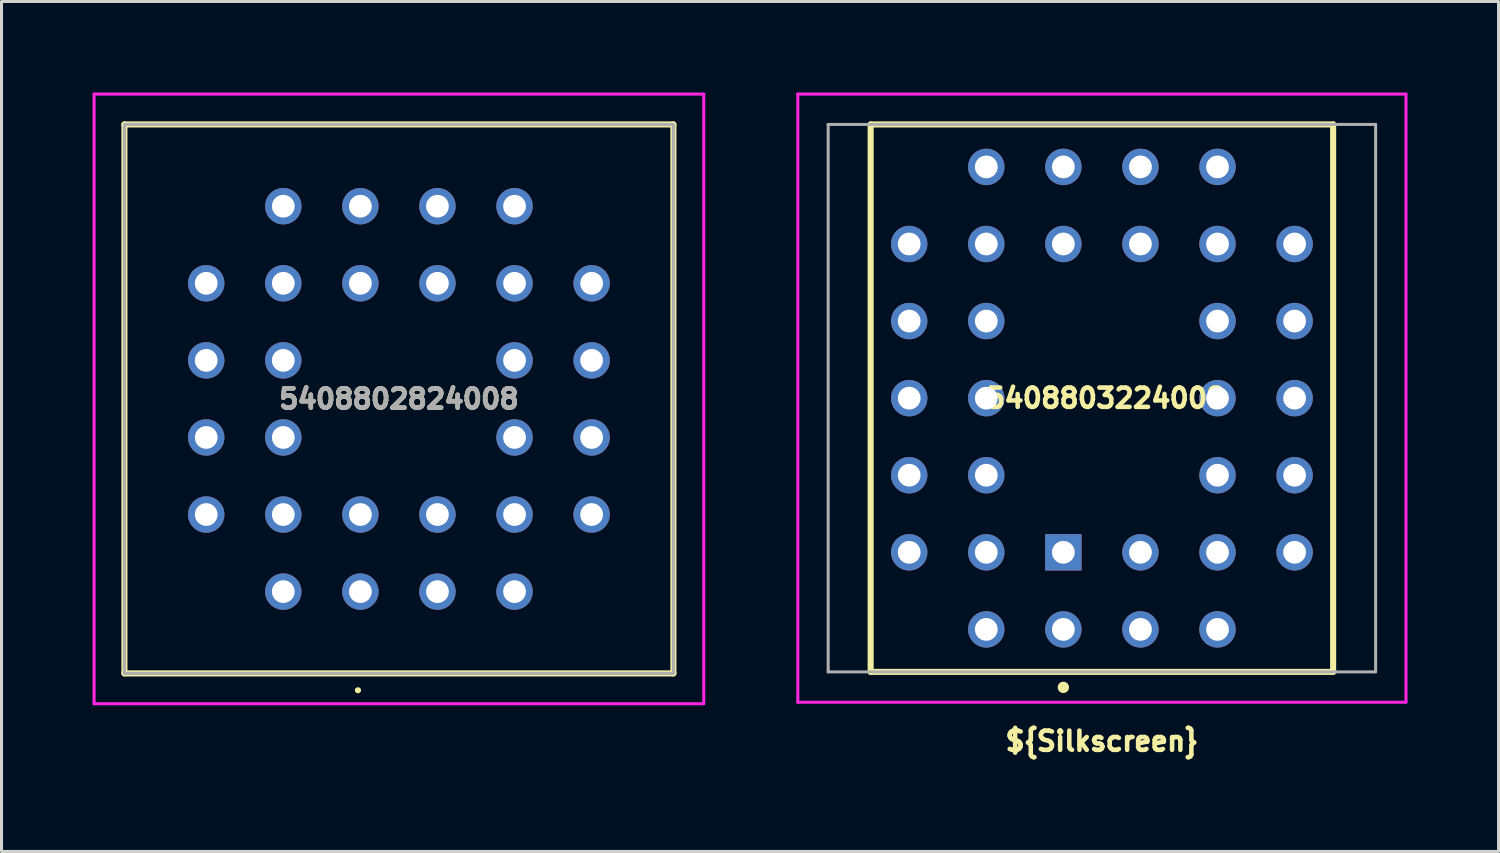
<source format=kicad_pcb>
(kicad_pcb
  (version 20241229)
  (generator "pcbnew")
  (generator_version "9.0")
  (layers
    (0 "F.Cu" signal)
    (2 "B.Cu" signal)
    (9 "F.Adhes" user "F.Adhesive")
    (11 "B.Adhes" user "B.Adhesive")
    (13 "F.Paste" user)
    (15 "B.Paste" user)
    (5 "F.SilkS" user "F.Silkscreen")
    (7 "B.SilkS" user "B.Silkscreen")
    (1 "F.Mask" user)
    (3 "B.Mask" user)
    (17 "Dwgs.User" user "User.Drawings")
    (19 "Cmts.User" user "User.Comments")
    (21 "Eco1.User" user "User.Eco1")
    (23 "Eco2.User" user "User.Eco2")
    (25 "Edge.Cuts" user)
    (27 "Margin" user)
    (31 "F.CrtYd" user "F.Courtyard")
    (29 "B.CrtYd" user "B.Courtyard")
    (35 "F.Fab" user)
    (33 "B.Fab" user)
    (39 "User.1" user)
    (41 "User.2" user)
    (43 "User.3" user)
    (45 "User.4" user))
  (footprint "5408803224008"
    (layer "F.Cu")
    (at 31.99 15.15)
    (property "Reference" "5408803224008" (at 1.397 -5.08 0) (layer "F.SilkS") (effects (font (size 0.635 0.635) (thickness 0.15))))
    (attr through_hole)
    (fp_line (start -6.35 -14.1) (end 8.89 -14.1) (stroke (width 0.2) (type solid)) (layer "F.SilkS"))
    (fp_line (start -6.35 3.94) (end -6.35 -14.1) (stroke (width 0.2) (type solid)) (layer "F.SilkS"))
    (fp_line (start 8.89 -14.1) (end 8.89 3.94) (stroke (width 0.2) (type solid)) (layer "F.SilkS"))
    (fp_line (start 8.89 3.94) (end -6.35 3.94) (stroke (width 0.2) (type solid)) (layer "F.SilkS"))
    (fp_circle (center 0 4.45) (end 0.127 4.45) (stroke (width 0.12) (type solid)) (fill yes) (layer "F.SilkS"))
    (fp_line (start -8.75 -15.1) (end 11.29 -15.1) (stroke (width 0.1) (type solid)) (layer "F.CrtYd"))
    (fp_line (start -8.75 4.94) (end -8.75 -15.1) (stroke (width 0.1) (type solid)) (layer "F.CrtYd"))
    (fp_line (start 11.29 -15.1) (end 11.29 4.94) (stroke (width 0.1) (type solid)) (layer "F.CrtYd"))
    (fp_line (start 11.29 4.94) (end -8.75 4.94) (stroke (width 0.1) (type solid)) (layer "F.CrtYd"))
    (fp_line (start -7.75 -14.1) (end 10.29 -14.1) (stroke (width 0.1) (type solid)) (layer "F.Fab"))
    (fp_line (start -7.75 3.94) (end -7.75 -14.1) (stroke (width 0.1) (type solid)) (layer "F.Fab"))
    (fp_line (start 10.29 -14.1) (end 10.29 3.94) (stroke (width 0.1) (type solid)) (layer "F.Fab"))
    (fp_line (start 10.29 3.94) (end -7.75 3.94) (stroke (width 0.1) (type solid)) (layer "F.Fab"))
    (fp_text user "${Silkscreen}" (at 1.27 6.223 0) (layer "F.SilkS") (effects (font (size 0.635 0.635) (thickness 0.15))))
    (pad "1" thru_hole rect (at 0 0) (size 1.2 1.2) (drill 0.75) (layers "*.Cu" "*.Mask"))
    (pad "2" thru_hole circle (at 2.54 2.54) (size 1.2 1.2) (drill 0.75) (layers "*.Cu" "*.Mask"))
    (pad "3" thru_hole circle (at 2.54 0) (size 1.2 1.2) (drill 0.75) (layers "*.Cu" "*.Mask"))
    (pad "4" thru_hole circle (at 5.08 2.54) (size 1.2 1.2) (drill 0.75) (layers "*.Cu" "*.Mask"))
    (pad "5" thru_hole circle (at 7.62 0) (size 1.2 1.2) (drill 0.75) (layers "*.Cu" "*.Mask"))
    (pad "6" thru_hole circle (at 5.08 0) (size 1.2 1.2) (drill 0.75) (layers "*.Cu" "*.Mask"))
    (pad "7" thru_hole circle (at 7.62 -2.54) (size 1.2 1.2) (drill 0.75) (layers "*.Cu" "*.Mask"))
    (pad "8" thru_hole circle (at 5.08 -2.54) (size 1.2 1.2) (drill 0.75) (layers "*.Cu" "*.Mask"))
    (pad "9" thru_hole circle (at 7.62 -5.08) (size 1.2 1.2) (drill 0.75) (layers "*.Cu" "*.Mask"))
    (pad "10" thru_hole circle (at 5.08 -5.08) (size 1.2 1.2) (drill 0.75) (layers "*.Cu" "*.Mask"))
    (pad "11" thru_hole circle (at 7.62 -7.62) (size 1.2 1.2) (drill 0.75) (layers "*.Cu" "*.Mask"))
    (pad "12" thru_hole circle (at 5.08 -7.62) (size 1.2 1.2) (drill 0.75) (layers "*.Cu" "*.Mask"))
    (pad "13" thru_hole circle (at 7.62 -10.16) (size 1.2 1.2) (drill 0.75) (layers "*.Cu" "*.Mask"))
    (pad "14" thru_hole circle (at 5.08 -12.7) (size 1.2 1.2) (drill 0.75) (layers "*.Cu" "*.Mask"))
    (pad "15" thru_hole circle (at 5.08 -10.16) (size 1.2 1.2) (drill 0.75) (layers "*.Cu" "*.Mask"))
    (pad "16" thru_hole circle (at 2.54 -12.7) (size 1.2 1.2) (drill 0.75) (layers "*.Cu" "*.Mask"))
    (pad "17" thru_hole circle (at 2.54 -10.16) (size 1.2 1.2) (drill 0.75) (layers "*.Cu" "*.Mask"))
    (pad "18" thru_hole circle (at 0 -12.7) (size 1.2 1.2) (drill 0.75) (layers "*.Cu" "*.Mask"))
    (pad "19" thru_hole circle (at 0 -10.16) (size 1.2 1.2) (drill 0.75) (layers "*.Cu" "*.Mask"))
    (pad "20" thru_hole circle (at -2.54 -12.7) (size 1.2 1.2) (drill 0.75) (layers "*.Cu" "*.Mask"))
    (pad "21" thru_hole circle (at -5.08 -10.16) (size 1.2 1.2) (drill 0.75) (layers "*.Cu" "*.Mask"))
    (pad "22" thru_hole circle (at -2.54 -10.16) (size 1.2 1.2) (drill 0.75) (layers "*.Cu" "*.Mask"))
    (pad "23" thru_hole circle (at -5.08 -7.62) (size 1.2 1.2) (drill 0.75) (layers "*.Cu" "*.Mask"))
    (pad "24" thru_hole circle (at -2.54 -7.62) (size 1.2 1.2) (drill 0.75) (layers "*.Cu" "*.Mask"))
    (pad "25" thru_hole circle (at -5.08 -5.08) (size 1.2 1.2) (drill 0.75) (layers "*.Cu" "*.Mask"))
    (pad "26" thru_hole circle (at -2.54 -5.08) (size 1.2 1.2) (drill 0.75) (layers "*.Cu" "*.Mask"))
    (pad "27" thru_hole circle (at -5.08 -2.54) (size 1.2 1.2) (drill 0.75) (layers "*.Cu" "*.Mask"))
    (pad "28" thru_hole circle (at -2.54 -2.54) (size 1.2 1.2) (drill 0.75) (layers "*.Cu" "*.Mask"))
    (pad "29" thru_hole circle (at -5.08 0) (size 1.2 1.2) (drill 0.75) (layers "*.Cu" "*.Mask"))
    (pad "30" thru_hole circle (at -2.54 2.54) (size 1.2 1.2) (drill 0.75) (layers "*.Cu" "*.Mask"))
    (pad "31" thru_hole circle (at -2.54 0) (size 1.2 1.2) (drill 0.75) (layers "*.Cu" "*.Mask"))
    (pad "32" thru_hole circle (at 0 2.54) (size 1.2 1.2) (drill 0.75) (layers "*.Cu" "*.Mask")))
  (footprint "5408802824008"
    (layer "F.Cu")
    (at 8.825 13.905)
    (property "Reference" "5408802824008" (at 1.27 -3.81 0) (layer "F.SilkS") (effects (font (size 0.635 0.635) (thickness 0.15))))
    (attr through_hole)
    (fp_line (start -7.775 -12.855) (end 10.315 -12.855) (stroke (width 0.2) (type solid)) (layer "F.SilkS"))
    (fp_line (start -7.775 5.235) (end -7.775 -12.855) (stroke (width 0.2) (type solid)) (layer "F.SilkS"))
    (fp_line (start -0.13 5.79) (end -0.13 5.79) (stroke (width 0.1) (type solid)) (layer "F.SilkS"))
    (fp_line (start -0.03 5.79) (end -0.03 5.79) (stroke (width 0.1) (type solid)) (layer "F.SilkS"))
    (fp_line (start 10.315 -12.855) (end 10.315 5.235) (stroke (width 0.2) (type solid)) (layer "F.SilkS"))
    (fp_line (start 10.315 5.235) (end -7.775 5.235) (stroke (width 0.2) (type solid)) (layer "F.SilkS"))
    (fp_arc (start -0.13 5.79) (mid -0.08 5.74) (end -0.03 5.79) (stroke (width 0.1) (type solid)) (layer "F.SilkS"))
    (fp_arc (start -0.03 5.79) (mid -0.08 5.84) (end -0.13 5.79) (stroke (width 0.1) (type solid)) (layer "F.SilkS"))
    (fp_line (start -8.775 -13.855) (end 11.315 -13.855) (stroke (width 0.1) (type solid)) (layer "F.CrtYd"))
    (fp_line (start -8.775 6.235) (end -8.775 -13.855) (stroke (width 0.1) (type solid)) (layer "F.CrtYd"))
    (fp_line (start 11.315 -13.855) (end 11.315 6.235) (stroke (width 0.1) (type solid)) (layer "F.CrtYd"))
    (fp_line (start 11.315 6.235) (end -8.775 6.235) (stroke (width 0.1) (type solid)) (layer "F.CrtYd"))
    (fp_line (start -7.775 -12.855) (end 10.315 -12.855) (stroke (width 0.1) (type solid)) (layer "F.Fab"))
    (fp_line (start -7.775 5.235) (end -7.775 -12.855) (stroke (width 0.1) (type solid)) (layer "F.Fab"))
    (fp_line (start 10.315 -12.855) (end 10.315 5.235) (stroke (width 0.1) (type solid)) (layer "F.Fab"))
    (fp_line (start 10.315 5.235) (end -7.775 5.235) (stroke (width 0.1) (type solid)) (layer "F.Fab"))
    (fp_text user "${REFERENCE}" (at 1.27 -3.81 0) (layer "F.Fab") (effects (font (size 0.635 0.635) (thickness 0.15))))
    (pad "1" thru_hole circle (at 0 0) (size 1.2 1.2) (drill 0.75) (layers "*.Cu" "*.Mask"))
    (pad "2" thru_hole circle (at 2.54 2.54) (size 1.2 1.2) (drill 0.75) (layers "*.Cu" "*.Mask"))
    (pad "3" thru_hole circle (at 2.54 0) (size 1.2 1.2) (drill 0.75) (layers "*.Cu" "*.Mask"))
    (pad "4" thru_hole circle (at 5.08 2.54) (size 1.2 1.2) (drill 0.75) (layers "*.Cu" "*.Mask"))
    (pad "5" thru_hole circle (at 7.62 0) (size 1.2 1.2) (drill 0.75) (layers "*.Cu" "*.Mask"))
    (pad "6" thru_hole circle (at 5.08 0) (size 1.2 1.2) (drill 0.75) (layers "*.Cu" "*.Mask"))
    (pad "7" thru_hole circle (at 7.62 -2.54) (size 1.2 1.2) (drill 0.75) (layers "*.Cu" "*.Mask"))
    (pad "8" thru_hole circle (at 5.08 -2.54) (size 1.2 1.2) (drill 0.75) (layers "*.Cu" "*.Mask"))
    (pad "9" thru_hole circle (at 7.62 -5.08) (size 1.2 1.2) (drill 0.75) (layers "*.Cu" "*.Mask"))
    (pad "10" thru_hole circle (at 5.08 -5.08) (size 1.2 1.2) (drill 0.75) (layers "*.Cu" "*.Mask"))
    (pad "11" thru_hole circle (at 7.62 -7.62) (size 1.2 1.2) (drill 0.75) (layers "*.Cu" "*.Mask"))
    (pad "12" thru_hole circle (at 5.08 -10.16) (size 1.2 1.2) (drill 0.75) (layers "*.Cu" "*.Mask"))
    (pad "13" thru_hole circle (at 5.08 -7.62) (size 1.2 1.2) (drill 0.75) (layers "*.Cu" "*.Mask"))
    (pad "14" thru_hole circle (at 2.54 -10.16) (size 1.2 1.2) (drill 0.75) (layers "*.Cu" "*.Mask"))
    (pad "15" thru_hole circle (at 2.54 -7.62) (size 1.2 1.2) (drill 0.75) (layers "*.Cu" "*.Mask"))
    (pad "16" thru_hole circle (at 0 -10.16) (size 1.2 1.2) (drill 0.75) (layers "*.Cu" "*.Mask"))
    (pad "17" thru_hole circle (at 0 -7.62) (size 1.2 1.2) (drill 0.75) (layers "*.Cu" "*.Mask"))
    (pad "18" thru_hole circle (at -2.54 -10.16) (size 1.2 1.2) (drill 0.75) (layers "*.Cu" "*.Mask"))
    (pad "19" thru_hole circle (at -5.08 -7.62) (size 1.2 1.2) (drill 0.75) (layers "*.Cu" "*.Mask"))
    (pad "20" thru_hole circle (at -2.54 -7.62) (size 1.2 1.2) (drill 0.75) (layers "*.Cu" "*.Mask"))
    (pad "21" thru_hole circle (at -5.08 -5.08) (size 1.2 1.2) (drill 0.75) (layers "*.Cu" "*.Mask"))
    (pad "22" thru_hole circle (at -2.54 -5.08) (size 1.2 1.2) (drill 0.75) (layers "*.Cu" "*.Mask"))
    (pad "23" thru_hole circle (at -5.08 -2.54) (size 1.2 1.2) (drill 0.75) (layers "*.Cu" "*.Mask"))
    (pad "24" thru_hole circle (at -2.54 -2.54) (size 1.2 1.2) (drill 0.75) (layers "*.Cu" "*.Mask"))
    (pad "25" thru_hole circle (at -5.08 0) (size 1.2 1.2) (drill 0.75) (layers "*.Cu" "*.Mask"))
    (pad "26" thru_hole circle (at -2.54 2.54) (size 1.2 1.2) (drill 0.75) (layers "*.Cu" "*.Mask"))
    (pad "27" thru_hole circle (at -2.54 0) (size 1.2 1.2) (drill 0.75) (layers "*.Cu" "*.Mask"))
    (pad "28" thru_hole circle (at 0 2.54) (size 1.2 1.2) (drill 0.75) (layers "*.Cu" "*.Mask")))
  (gr_rect
    (start -3 -3)
    (end 46.33 25.008)
    (stroke (width 0.1) (type default))
    (fill no)
    (layer "Edge.Cuts")))
</source>
